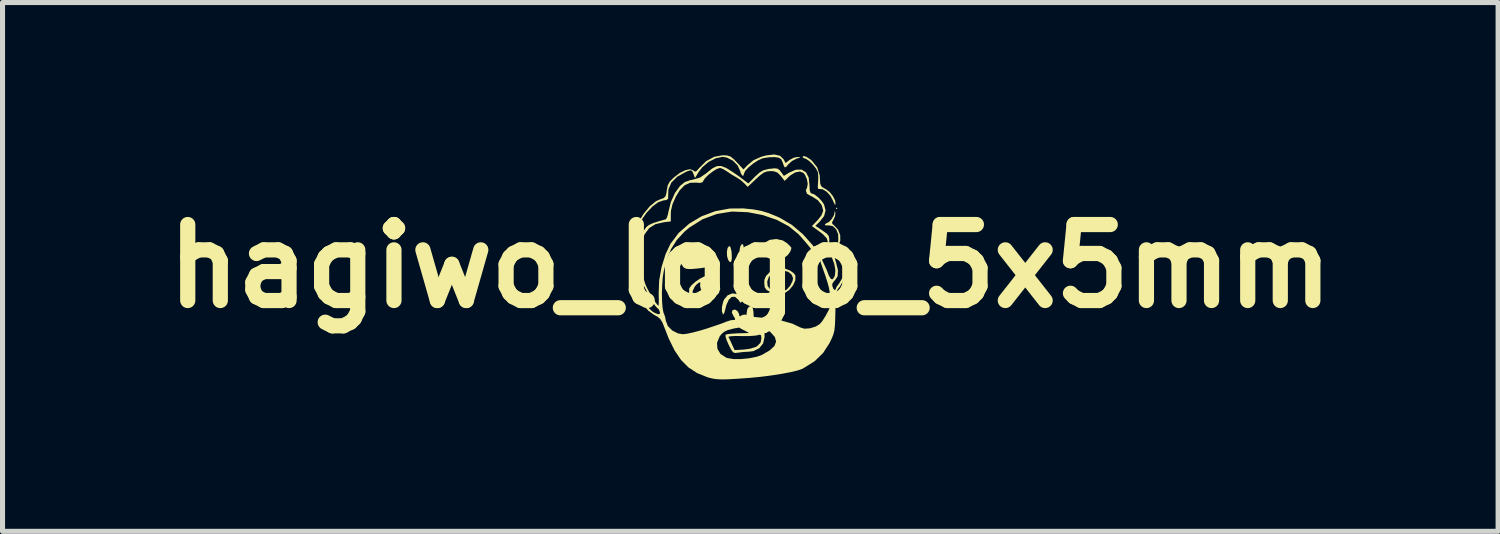
<source format=kicad_pcb>
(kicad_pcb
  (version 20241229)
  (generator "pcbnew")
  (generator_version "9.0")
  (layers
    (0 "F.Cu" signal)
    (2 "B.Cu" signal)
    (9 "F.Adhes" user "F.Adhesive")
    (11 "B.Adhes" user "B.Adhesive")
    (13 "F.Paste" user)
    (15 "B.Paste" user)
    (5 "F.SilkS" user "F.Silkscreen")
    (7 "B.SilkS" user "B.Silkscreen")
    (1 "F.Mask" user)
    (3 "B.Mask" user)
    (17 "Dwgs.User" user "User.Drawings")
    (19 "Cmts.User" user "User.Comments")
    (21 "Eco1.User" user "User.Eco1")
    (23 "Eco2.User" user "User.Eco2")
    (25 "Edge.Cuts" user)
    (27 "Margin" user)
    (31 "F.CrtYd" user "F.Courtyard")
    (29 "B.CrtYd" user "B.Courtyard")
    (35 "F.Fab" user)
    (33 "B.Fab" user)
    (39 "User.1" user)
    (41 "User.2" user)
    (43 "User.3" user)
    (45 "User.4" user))
  (footprint "hagiwo_logo_5x5mm"
    (layer "F.Cu")
    (at 11.764 2.205)
    (property "Reference" "hagiwo_logo_5x5mm" (at 0 0 0) (layer "F.SilkS") (effects (font (size 1.5 1.5) (thickness 0.3))))
    (attr board_only exclude_from_pos_files exclude_from_bom)
    (fp_poly (pts (xy 1.72 -1.142) (xy 1.705 -1.126) (xy 1.689 -1.142) (xy 1.705 -1.157)) (stroke (width 0) (type solid)) (fill yes) (layer "F.SilkS"))
    (fp_poly (pts (xy -0.392 -0.377) (xy -0.373 -0.302) (xy -0.368 -0.26) (xy -0.365 -0.151) (xy -0.377 -0.089) (xy -0.403 -0.079) (xy -0.437 -0.123) (xy -0.459 -0.198) (xy -0.462 -0.286) (xy -0.448 -0.36) (xy -0.418 -0.398)) (stroke (width 0) (type solid)) (fill yes) (layer "F.SilkS"))
    (fp_poly (pts (xy -0.137 -0.41) (xy -0.126 -0.339) (xy -0.125 -0.297) (xy -0.133 -0.206) (xy -0.154 -0.161) (xy -0.18 -0.169) (xy -0.206 -0.232) (xy -0.212 -0.314) (xy -0.198 -0.388) (xy -0.169 -0.433) (xy -0.154 -0.438)) (stroke (width 0) (type solid)) (fill yes) (layer "F.SilkS"))
    (fp_poly (pts (xy 0.641 -0.508) (xy 0.728 -0.452) (xy 0.783 -0.398) (xy 0.812 -0.363) (xy 0.813 -0.36) (xy 0.792 -0.293) (xy 0.744 -0.223) (xy 0.688 -0.177) (xy 0.675 -0.173) (xy 0.548 -0.153) (xy 0.44 -0.145) (xy 0.373 -0.151) (xy 0.308 -0.187) (xy 0.242 -0.246) (xy 0.196 -0.307) (xy 0.188 -0.335) (xy 0.209 -0.384) (xy 0.261 -0.446) (xy 0.27 -0.455) (xy 0.381 -0.518) (xy 0.512 -0.536)) (stroke (width 0) (type solid)) (fill yes) (layer "F.SilkS"))
    (fp_poly (pts (xy -0.845 -0.364) (xy -0.774 -0.312) (xy -0.771 -0.307) (xy -0.762 -0.25) (xy -0.772 -0.162) (xy -0.797 -0.07) (xy -0.828 -0.002) (xy -0.845 0.016) (xy -0.884 0.025) (xy -0.968 0.038) (xy -1.068 0.049) (xy -1.185 0.058) (xy -1.259 0.053) (xy -1.306 0.033) (xy -1.323 0.017) (xy -1.365 -0.046) (xy -1.376 -0.088) (xy -1.349 -0.178) (xy -1.277 -0.257) (xy -1.176 -0.32) (xy -1.061 -0.363) (xy -0.945 -0.379)) (stroke (width 0) (type solid)) (fill yes) (layer "F.SilkS"))
    (fp_poly (pts (xy 1.676 -1.069) (xy 1.68 -1.054) (xy 1.674 -0.988) (xy 1.645 -0.923) (xy 1.614 -0.866) (xy 1.622 -0.832) (xy 1.653 -0.807) (xy 1.732 -0.721) (xy 1.775 -0.613) (xy 1.777 -0.503) (xy 1.751 -0.438) (xy 1.733 -0.425) (xy 1.732 -0.468) (xy 1.738 -0.516) (xy 1.735 -0.63) (xy 1.696 -0.726) (xy 1.632 -0.789) (xy 1.551 -0.806) (xy 1.544 -0.805) (xy 1.488 -0.804) (xy 1.47 -0.818) (xy 1.494 -0.844) (xy 1.5 -0.845) (xy 1.55 -0.87) (xy 1.606 -0.929) (xy 1.649 -1) (xy 1.662 -1.046) (xy 1.666 -1.088)) (stroke (width 0) (type solid)) (fill yes) (layer "F.SilkS"))
    (fp_poly (pts (xy 0.073 0.55) (xy 0.135 0.613) (xy 0.156 0.704) (xy 0.142 0.742) (xy 0.11 0.737) (xy 0.079 0.698) (xy 0.068 0.662) (xy 0.037 0.607) (xy -0.022 0.597) (xy -0.097 0.633) (xy -0.128 0.66) (xy -0.193 0.725) (xy -0.239 0.66) (xy -0.302 0.605) (xy -0.366 0.607) (xy -0.424 0.663) (xy -0.472 0.766) (xy -0.49 0.839) (xy -0.51 0.915) (xy -0.531 0.952) (xy -0.54 0.951) (xy -0.561 0.894) (xy -0.559 0.803) (xy -0.536 0.704) (xy -0.516 0.656) (xy -0.447 0.576) (xy -0.356 0.538) (xy -0.264 0.549) (xy -0.245 0.559) (xy -0.169 0.579) (xy -0.126 0.564) (xy -0.019 0.532)) (stroke (width 0) (type solid)) (fill yes) (layer "F.SilkS"))
    (fp_poly (pts (xy 1.108 -2.158) (xy 1.179 -2.113) (xy 1.215 -2.083) (xy 1.321 -1.951) (xy 1.371 -1.791) (xy 1.376 -1.712) (xy 1.381 -1.624) (xy 1.406 -1.572) (xy 1.465 -1.534) (xy 1.488 -1.523) (xy 1.565 -1.465) (xy 1.632 -1.382) (xy 1.676 -1.293) (xy 1.684 -1.22) (xy 1.682 -1.215) (xy 1.667 -1.22) (xy 1.641 -1.272) (xy 1.632 -1.295) (xy 1.58 -1.391) (xy 1.507 -1.47) (xy 1.43 -1.518) (xy 1.374 -1.523) (xy 1.343 -1.524) (xy 1.332 -1.558) (xy 1.337 -1.638) (xy 1.338 -1.644) (xy 1.343 -1.748) (xy 1.337 -1.838) (xy 1.334 -1.855) (xy 1.3 -1.923) (xy 1.239 -2.002) (xy 1.167 -2.073) (xy 1.101 -2.119) (xy 1.073 -2.127) (xy 1.036 -2.145) (xy 1.032 -2.157) (xy 1.054 -2.175)) (stroke (width 0) (type solid)) (fill yes) (layer "F.SilkS"))
    (fp_poly (pts (xy -0.779 0.213) (xy -0.702 0.275) (xy -0.635 0.354) (xy -0.597 0.432) (xy -0.594 0.453) (xy -0.623 0.535) (xy -0.698 0.61) (xy -0.802 0.669) (xy -0.92 0.706) (xy -1.036 0.715) (xy -1.13 0.688) (xy -1.181 0.628) (xy -1.209 0.536) (xy -1.208 0.497) (xy -1.14 0.497) (xy -1.13 0.571) (xy -1.08 0.624) (xy -1.001 0.653) (xy -0.906 0.651) (xy -0.805 0.612) (xy -0.753 0.576) (xy -0.681 0.504) (xy -0.662 0.442) (xy -0.693 0.372) (xy -0.722 0.333) (xy -0.778 0.274) (xy -0.817 0.251) (xy -0.83 0.268) (xy -0.812 0.315) (xy -0.795 0.379) (xy -0.823 0.449) (xy -0.827 0.456) (xy -0.873 0.511) (xy -0.907 0.532) (xy -0.946 0.505) (xy -0.979 0.445) (xy -0.992 0.379) (xy -0.988 0.355) (xy -0.986 0.32) (xy -1.014 0.325) (xy -1.061 0.362) (xy -1.1 0.409) (xy -1.14 0.497) (xy -1.208 0.497) (xy -1.206 0.443) (xy -1.203 0.435) (xy -1.163 0.379) (xy -1.087 0.311) (xy -0.994 0.247) (xy -0.905 0.202) (xy -0.849 0.188)) (stroke (width 0) (type solid)) (fill yes) (layer "F.SilkS"))
    (fp_poly (pts (xy 0.274 1.301) (xy 0.281 1.357) (xy 0.282 1.401) (xy 0.253 1.525) (xy 0.176 1.621) (xy 0.061 1.678) (xy -0.03 1.689) (xy -0.139 1.695) (xy -0.241 1.708) (xy -0.245 1.708) (xy -0.299 1.715) (xy -0.338 1.701) (xy -0.374 1.655) (xy -0.421 1.565) (xy -0.427 1.553) (xy -0.468 1.458) (xy -0.486 1.398) (xy -0.431 1.398) (xy -0.41 1.44) (xy -0.375 1.515) (xy -0.364 1.54) (xy -0.31 1.657) (xy -0.13 1.647) (xy -0.004 1.63) (xy 0.101 1.598) (xy 0.134 1.581) (xy 0.202 1.512) (xy 0.219 1.432) (xy 0.214 1.368) (xy 0.188 1.352) (xy 0.149 1.363) (xy 0.085 1.373) (xy -0.021 1.38) (xy -0.149 1.381) (xy -0.183 1.38) (xy -0.3 1.379) (xy -0.386 1.384) (xy -0.429 1.393) (xy -0.431 1.398) (xy -0.486 1.398) (xy -0.49 1.385) (xy -0.488 1.354) (xy -0.448 1.342) (xy -0.36 1.333) (xy -0.243 1.326) (xy -0.193 1.325) (xy -0.055 1.321) (xy 0.072 1.312) (xy 0.164 1.301) (xy 0.18 1.298) (xy 0.245 1.287)) (stroke (width 0) (type solid)) (fill yes) (layer "F.SilkS"))
    (fp_poly (pts (xy 0.681 0.047) (xy 0.786 0.087) (xy 0.863 0.143) (xy 0.89 0.184) (xy 0.89 0.277) (xy 0.846 0.377) (xy 0.77 0.469) (xy 0.676 0.536) (xy 0.579 0.562) (xy 0.574 0.561) (xy 0.508 0.549) (xy 0.419 0.519) (xy 0.399 0.511) (xy 0.323 0.471) (xy 0.285 0.418) (xy 0.276 0.335) (xy 0.277 0.306) (xy 0.334 0.306) (xy 0.343 0.392) (xy 0.39 0.456) (xy 0.444 0.478) (xy 0.598 0.494) (xy 0.701 0.473) (xy 0.722 0.46) (xy 0.786 0.389) (xy 0.832 0.299) (xy 0.845 0.239) (xy 0.817 0.169) (xy 0.752 0.114) (xy 0.68 0.094) (xy 0.636 0.101) (xy 0.647 0.127) (xy 0.651 0.131) (xy 0.684 0.196) (xy 0.682 0.269) (xy 0.646 0.321) (xy 0.636 0.326) (xy 0.571 0.32) (xy 0.519 0.282) (xy 0.476 0.228) (xy 0.48 0.181) (xy 0.493 0.156) (xy 0.514 0.106) (xy 0.493 0.099) (xy 0.435 0.134) (xy 0.365 0.214) (xy 0.334 0.306) (xy 0.277 0.306) (xy 0.279 0.266) (xy 0.311 0.194) (xy 0.382 0.12) (xy 0.472 0.06) (xy 0.559 0.032) (xy 0.571 0.031)) (stroke (width 0) (type solid)) (fill yes) (layer "F.SilkS"))
    (fp_poly (pts (xy 0.587 -2.179) (xy 0.658 -2.11) (xy 0.658 -2.11) (xy 0.697 -2.036) (xy 0.775 -2.097) (xy 0.858 -2.141) (xy 0.935 -2.156) (xy 0.985 -2.152) (xy 0.981 -2.144) (xy 0.92 -2.125) (xy 0.917 -2.124) (xy 0.825 -2.077) (xy 0.752 -2.012) (xy 0.707 -1.958) (xy 0.68 -1.95) (xy 0.658 -1.993) (xy 0.639 -2.049) (xy 0.61 -2.112) (xy 0.56 -2.142) (xy 0.484 -2.153) (xy 0.366 -2.15) (xy 0.248 -2.13) (xy 0.24 -2.128) (xy 0.153 -2.089) (xy 0.057 -2.026) (xy -0.032 -1.953) (xy -0.098 -1.883) (xy -0.125 -1.828) (xy -0.125 -1.826) (xy -0.136 -1.785) (xy -0.162 -1.791) (xy -0.188 -1.838) (xy -0.198 -1.874) (xy -0.25 -1.988) (xy -0.344 -2.083) (xy -0.462 -2.144) (xy -0.547 -2.158) (xy -0.681 -2.131) (xy -0.82 -2.06) (xy -0.945 -1.956) (xy -1.021 -1.857) (xy -1.092 -1.74) (xy -1.124 -1.825) (xy -1.148 -1.878) (xy -1.178 -1.893) (xy -1.236 -1.876) (xy -1.268 -1.863) (xy -1.442 -1.767) (xy -1.559 -1.65) (xy -1.617 -1.514) (xy -1.621 -1.388) (xy -1.622 -1.332) (xy -1.654 -1.306) (xy -1.716 -1.298) (xy -1.819 -1.262) (xy -1.933 -1.177) (xy -2.05 -1.052) (xy -2.16 -0.895) (xy -2.196 -0.832) (xy -2.299 -0.641) (xy -2.298 -0.149) (xy -2.298 0.019) (xy -2.299 0.162) (xy -2.301 0.27) (xy -2.303 0.333) (xy -2.304 0.344) (xy -2.312 0.316) (xy -2.325 0.246) (xy -2.332 0.204) (xy -2.339 0.115) (xy -2.343 -0.018) (xy -2.343 -0.173) (xy -2.34 -0.288) (xy -2.333 -0.449) (xy -2.322 -0.564) (xy -2.305 -0.652) (xy -2.277 -0.731) (xy -2.235 -0.819) (xy -2.23 -0.829) (xy -2.112 -1.027) (xy -1.987 -1.18) (xy -1.862 -1.282) (xy -1.785 -1.317) (xy -1.711 -1.344) (xy -1.673 -1.381) (xy -1.655 -1.449) (xy -1.649 -1.498) (xy -1.629 -1.598) (xy -1.586 -1.675) (xy -1.507 -1.753) (xy -1.391 -1.841) (xy -1.28 -1.896) (xy -1.188 -1.914) (xy -1.125 -1.891) (xy -1.122 -1.887) (xy -1.092 -1.865) (xy -1.057 -1.882) (xy -1.007 -1.939) (xy -0.87 -2.074) (xy -0.71 -2.16) (xy -0.542 -2.19) (xy -0.455 -2.185) (xy -0.391 -2.164) (xy -0.328 -2.114) (xy -0.265 -2.05) (xy -0.135 -1.91) (xy -0.059 -1.99) (xy 0.063 -2.092) (xy 0.219 -2.161) (xy 0.316 -2.187) (xy 0.472 -2.205)) (stroke (width 0) (type solid)) (fill yes) (layer "F.SilkS"))
    (fp_poly (pts (xy -0.483 -1.942) (xy -0.453 -1.925) (xy -0.345 -1.857) (xy -0.227 -1.776) (xy -0.179 -1.739) (xy -0.038 -1.633) (xy 0.093 -1.767) (xy 0.183 -1.849) (xy 0.264 -1.895) (xy 0.362 -1.919) (xy 0.385 -1.922) (xy 0.482 -1.932) (xy 0.54 -1.924) (xy 0.58 -1.894) (xy 0.604 -1.863) (xy 0.663 -1.782) (xy 0.765 -1.845) (xy 0.9 -1.904) (xy 1.013 -1.906) (xy 1.099 -1.853) (xy 1.153 -1.75) (xy 1.168 -1.609) (xy 1.173 -1.497) (xy 1.192 -1.444) (xy 1.204 -1.439) (xy 1.267 -1.415) (xy 1.344 -1.356) (xy 1.417 -1.277) (xy 1.456 -1.217) (xy 1.487 -1.102) (xy 1.457 -0.989) (xy 1.374 -0.883) (xy 1.285 -0.796) (xy 1.425 -0.703) (xy 1.507 -0.645) (xy 1.547 -0.598) (xy 1.56 -0.54) (xy 1.558 -0.477) (xy 1.563 -0.366) (xy 1.59 -0.308) (xy 1.636 -0.305) (xy 1.675 -0.334) (xy 1.714 -0.369) (xy 1.72 -0.358) (xy 1.713 -0.34) (xy 1.724 -0.282) (xy 1.784 -0.223) (xy 1.868 -0.125) (xy 1.899 0.005) (xy 1.878 0.165) (xy 1.864 0.208) (xy 1.821 0.311) (xy 1.771 0.398) (xy 1.75 0.424) (xy 1.724 0.458) (xy 1.705 0.504) (xy 1.693 0.571) (xy 1.686 0.674) (xy 1.681 0.822) (xy 1.68 0.896) (xy 1.676 1.064) (xy 1.67 1.186) (xy 1.659 1.276) (xy 1.639 1.351) (xy 1.609 1.426) (xy 1.564 1.518) (xy 1.564 1.519) (xy 1.438 1.714) (xy 1.272 1.876) (xy 1.056 2.011) (xy 1.017 2.031) (xy 0.928 2.061) (xy 0.79 2.094) (xy 0.615 2.127) (xy 0.416 2.158) (xy 0.205 2.185) (xy -0.004 2.205) (xy -0.031 2.207) (xy -0.251 2.223) (xy -0.419 2.233) (xy -0.546 2.236) (xy -0.645 2.233) (xy -0.726 2.223) (xy -0.801 2.206) (xy -0.85 2.192) (xy -1.05 2.111) (xy -1.22 2) (xy -1.366 1.854) (xy -1.495 1.664) (xy -1.568 1.515) (xy -0.657 1.515) (xy -0.649 1.633) (xy -0.588 1.734) (xy -0.476 1.806) (xy -0.449 1.815) (xy -0.335 1.834) (xy -0.185 1.835) (xy -0.024 1.819) (xy 0.124 1.79) (xy 0.228 1.753) (xy 0.383 1.663) (xy 0.477 1.576) (xy 0.51 1.488) (xy 0.484 1.398) (xy 0.399 1.303) (xy 0.389 1.294) (xy 0.299 1.229) (xy 0.208 1.191) (xy 0.1 1.178) (xy -0.041 1.186) (xy -0.176 1.205) (xy -0.335 1.233) (xy -0.446 1.263) (xy -0.521 1.299) (xy -0.575 1.348) (xy -0.606 1.39) (xy -0.657 1.515) (xy -1.568 1.515) (xy -1.613 1.423) (xy -1.69 1.226) (xy -1.734 1.115) (xy -1.776 1.046) (xy -1.832 0.998) (xy -1.902 0.96) (xy -2.013 0.879) (xy -2.121 0.757) (xy -2.208 0.615) (xy -2.262 0.474) (xy -2.266 0.454) (xy -2.282 0.36) (xy -2.249 0.454) (xy -2.195 0.571) (xy -2.116 0.694) (xy -2.026 0.807) (xy -1.938 0.891) (xy -1.885 0.924) (xy -1.817 0.949) (xy -1.789 0.945) (xy -1.783 0.913) (xy -1.807 0.854) (xy -1.84 0.824) (xy -1.878 0.782) (xy -1.934 0.697) (xy -1.999 0.583) (xy -2.045 0.496) (xy -2.193 0.203) (xy -2.197 -0.141) (xy -2.198 -0.274) (xy -2.17 -0.274) (xy -2.163 -0.117) (xy -2.143 0.054) (xy -2.114 0.216) (xy -2.076 0.346) (xy -2.073 0.355) (xy -2.035 0.438) (xy -1.982 0.537) (xy -1.923 0.636) (xy -1.869 0.719) (xy -1.828 0.771) (xy -1.814 0.781) (xy -1.808 0.753) (xy -1.806 0.677) (xy -1.808 0.568) (xy -1.809 0.538) (xy -1.745 0.538) (xy -1.742 0.691) (xy -1.732 0.822) (xy -1.715 0.914) (xy -1.704 0.94) (xy -1.682 1.001) (xy -1.668 1.078) (xy -1.628 1.182) (xy -1.542 1.27) (xy -1.428 1.328) (xy -1.331 1.344) (xy -1.251 1.335) (xy -1.13 1.309) (xy -0.985 1.27) (xy -0.862 1.233) (xy -0.719 1.185) (xy -0.595 1.143) (xy -0.504 1.109) (xy -0.462 1.092) (xy -0.383 1.067) (xy -0.344 1.064) (xy -0.302 1.06) (xy -0.3 1.037) (xy -0.332 0.984) (xy -0.365 0.915) (xy -0.351 0.871) (xy -0.35 0.869) (xy -0.303 0.856) (xy -0.253 0.887) (xy -0.222 0.944) (xy -0.219 0.97) (xy -0.194 1.015) (xy -0.146 1.024) (xy -0.093 1.013) (xy -0.074 0.965) (xy -0.073 0.933) (xy -0.059 0.848) (xy -0.023 0.796) (xy 0.024 0.793) (xy 0.029 0.796) (xy 0.053 0.84) (xy 0.063 0.909) (xy 0.065 0.974) (xy 0.07 1.002) (xy 0.369 1.032) (xy 0.624 1.077) (xy 0.827 1.134) (xy 0.975 1.204) (xy 0.984 1.209) (xy 1.069 1.235) (xy 1.18 1.227) (xy 1.293 1.192) (xy 1.37 1.145) (xy 1.424 1.082) (xy 1.486 0.983) (xy 1.547 0.869) (xy 1.596 0.76) (xy 1.624 0.674) (xy 1.627 0.651) (xy 1.61 0.594) (xy 1.595 0.579) (xy 1.57 0.535) (xy 1.564 0.491) (xy 1.554 0.431) (xy 1.531 0.347) (xy 1.619 0.347) (xy 1.62 0.395) (xy 1.641 0.448) (xy 1.669 0.472) (xy 1.688 0.456) (xy 1.689 0.443) (xy 1.708 0.402) (xy 1.752 0.344) (xy 1.83 0.215) (xy 1.859 0.073) (xy 1.84 -0.065) (xy 1.773 -0.18) (xy 1.706 -0.242) (xy 1.667 -0.251) (xy 1.658 -0.206) (xy 1.681 -0.109) (xy 1.692 -0.078) (xy 1.731 0.082) (xy 1.724 0.201) (xy 1.671 0.28) (xy 1.659 0.288) (xy 1.619 0.347) (xy 1.531 0.347) (xy 1.527 0.33) (xy 1.488 0.207) (xy 1.47 0.156) (xy 1.429 0.039) (xy 1.397 -0.053) (xy 1.379 -0.106) (xy 1.376 -0.113) (xy 1.358 -0.144) (xy 1.308 -0.209) (xy 1.237 -0.298) (xy 1.155 -0.397) (xy 1.072 -0.496) (xy 0.997 -0.582) (xy 0.951 -0.632) (xy 0.763 -0.786) (xy 0.526 -0.913) (xy 0.248 -1.008) (xy -0.046 -1.065) (xy -0.362 -1.078) (xy -0.662 -1.03) (xy -0.944 -0.925) (xy -1.203 -0.762) (xy -1.301 -0.679) (xy -1.452 -0.516) (xy -1.568 -0.331) (xy -1.655 -0.11) (xy -1.709 0.101) (xy -1.729 0.227) (xy -1.74 0.378) (xy -1.745 0.538) (xy -1.809 0.538) (xy -1.809 0.536) (xy -1.799 0.283) (xy -1.752 0.018) (xy -1.673 -0.236) (xy -1.577 -0.439) (xy -1.414 -0.656) (xy -1.206 -0.839) (xy -0.962 -0.984) (xy -0.692 -1.085) (xy -0.405 -1.138) (xy -0.141 -1.14) (xy 0.055 -1.121) (xy 0.214 -1.092) (xy 0.363 -1.047) (xy 0.528 -0.98) (xy 0.594 -0.949) (xy 0.82 -0.815) (xy 1.037 -0.632) (xy 1.231 -0.415) (xy 1.391 -0.178) (xy 1.504 0.065) (xy 1.506 0.07) (xy 1.554 0.192) (xy 1.593 0.254) (xy 1.627 0.259) (xy 1.66 0.209) (xy 1.671 0.18) (xy 1.68 0.081) (xy 1.658 -0.045) (xy 1.61 -0.174) (xy 1.542 -0.283) (xy 1.539 -0.287) (xy 1.49 -0.356) (xy 1.487 -0.401) (xy 1.497 -0.415) (xy 1.531 -0.479) (xy 1.509 -0.551) (xy 1.43 -0.634) (xy 1.374 -0.677) (xy 1.216 -0.791) (xy 1.327 -0.905) (xy 1.405 -1.003) (xy 1.438 -1.089) (xy 1.439 -1.1) (xy 1.41 -1.205) (xy 1.334 -1.301) (xy 1.225 -1.372) (xy 1.203 -1.381) (xy 1.12 -1.429) (xy 1.097 -1.493) (xy 1.123 -1.56) (xy 1.134 -1.625) (xy 1.118 -1.715) (xy 1.081 -1.801) (xy 1.051 -1.84) (xy 0.981 -1.869) (xy 0.89 -1.852) (xy 0.792 -1.793) (xy 0.759 -1.763) (xy 0.679 -1.683) (xy 0.603 -1.78) (xy 0.537 -1.847) (xy 0.461 -1.874) (xy 0.403 -1.877) (xy 0.328 -1.87) (xy 0.263 -1.845) (xy 0.189 -1.79) (xy 0.113 -1.721) (xy -0.052 -1.565) (xy -0.121 -1.638) (xy -0.2 -1.707) (xy -0.275 -1.754) (xy -0.36 -1.803) (xy -0.451 -1.864) (xy -0.457 -1.868) (xy -0.532 -1.915) (xy -0.593 -1.939) (xy -0.6 -1.939) (xy -0.662 -1.919) (xy -0.745 -1.867) (xy -0.83 -1.801) (xy -0.896 -1.735) (xy -0.921 -1.694) (xy -0.945 -1.655) (xy -0.995 -1.643) (xy -1.06 -1.649) (xy -1.189 -1.646) (xy -1.298 -1.597) (xy -1.395 -1.496) (xy -1.467 -1.378) (xy -1.535 -1.227) (xy -1.566 -1.094) (xy -1.569 -1.036) (xy -1.57 -0.883) (xy -1.702 -0.868) (xy -1.87 -0.83) (xy -1.996 -0.752) (xy -2.087 -0.629) (xy -2.148 -0.456) (xy -2.161 -0.393) (xy -2.17 -0.274) (xy -2.198 -0.274) (xy -2.198 -0.306) (xy -2.191 -0.424) (xy -2.177 -0.514) (xy -2.153 -0.591) (xy -2.137 -0.626) (xy -2.097 -0.709) (xy -2.055 -0.769) (xy -2.001 -0.813) (xy -1.92 -0.85) (xy -1.801 -0.888) (xy -1.67 -0.924) (xy -1.646 -0.958) (xy -1.624 -1.032) (xy -1.617 -1.071) (xy -1.569 -1.264) (xy -1.487 -1.446) (xy -1.386 -1.585) (xy -1.295 -1.659) (xy -1.183 -1.699) (xy -1.14 -1.706) (xy -0.995 -1.748) (xy -0.869 -1.833) (xy -0.866 -1.836) (xy -0.753 -1.928) (xy -0.661 -1.975) (xy -0.577 -1.978)) (stroke (width 0) (type solid)) (fill yes) (layer "F.SilkS")))
  (gr_rect
    (start -3 -3)
    (end 26.529 7.441)
    (stroke (width 0.1) (type default))
    (fill no)
    (layer "Edge.Cuts")))
</source>
